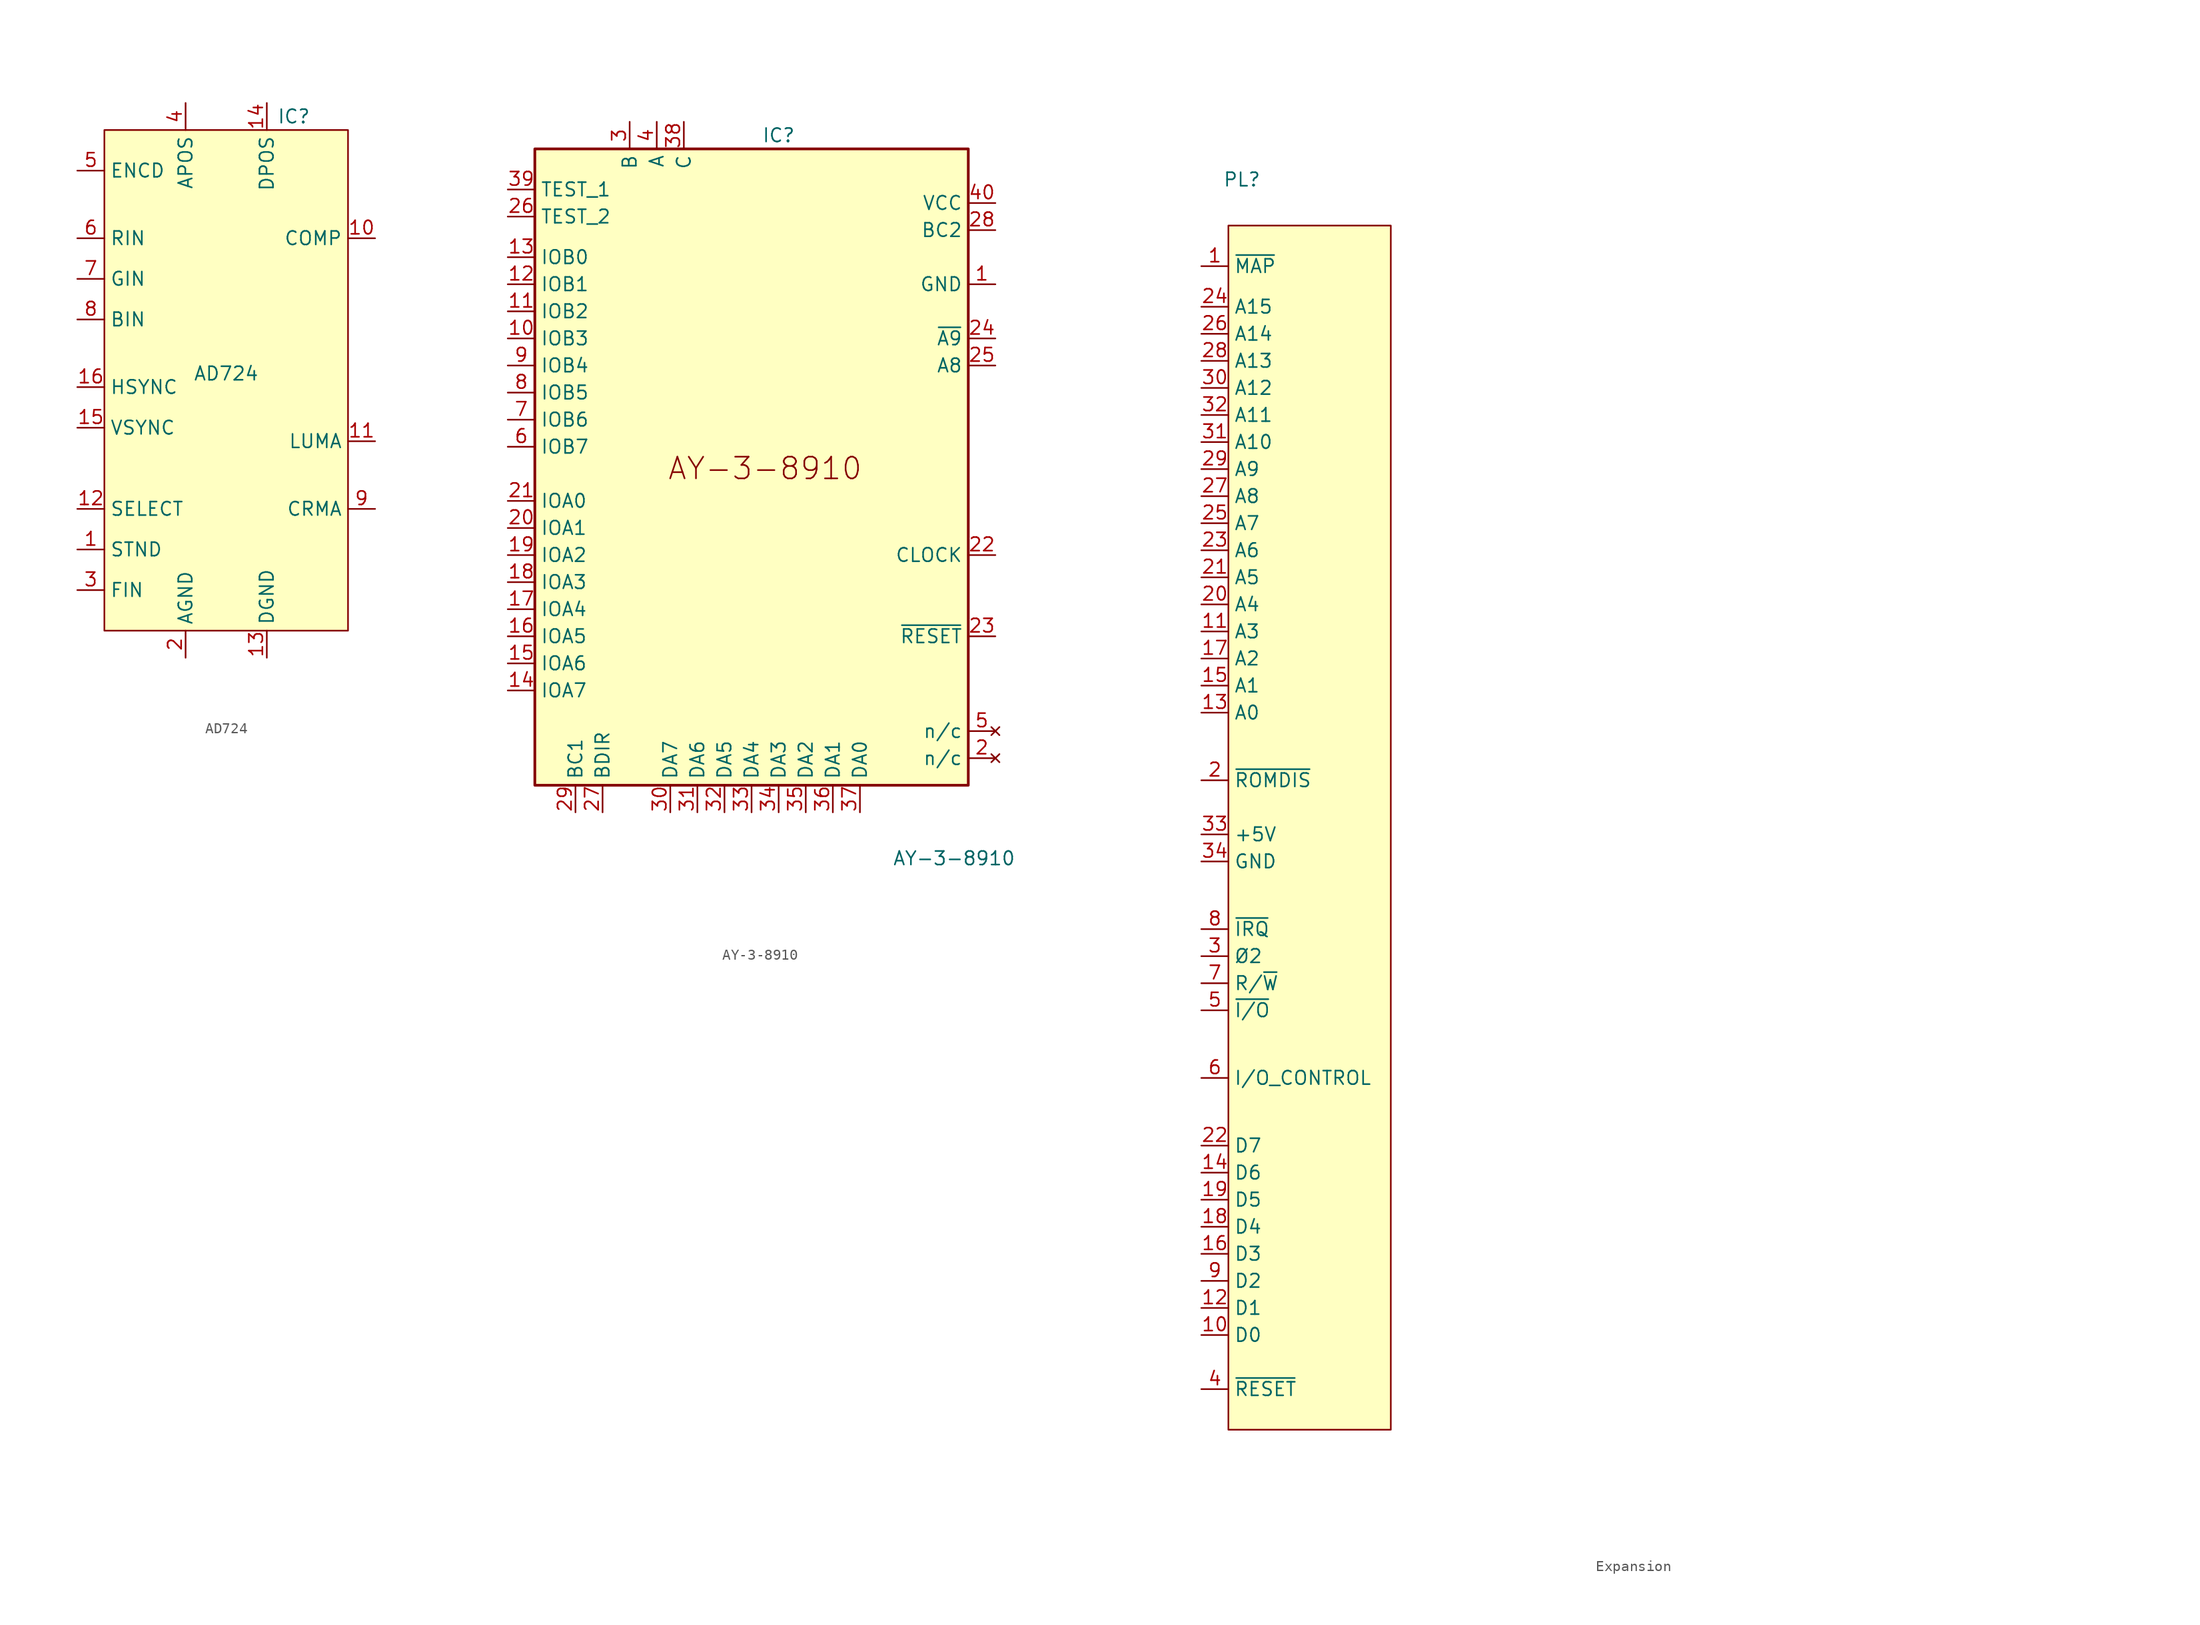
<source format=kicad_sym>
(kicad_symbol_lib
  (version 20231120)
  (generator "kicad_symbol_editor")
  (generator_version "8.0")
  (symbol "AD724"
    (property "Reference" "IC"
      (at 6.35 24.13 0)
      (effects (font (size 1.27 1.27))))
    (property "Value" "AD724"
      (at 0 0 0)
      (effects (font (size 1.27 1.27))))
    (symbol "AD724_0_0"
      (pin input line (at -13.97 -16.51 0) (length 2.54) (name "STND" (effects (font (size 1.27 1.27)))) (number "1" (effects (font (size 1.27 1.27)))))
      (pin output line (at 13.97 12.7 180) (length 2.54) (name "COMP" (effects (font (size 1.27 1.27)))) (number "10" (effects (font (size 1.27 1.27)))))
      (pin output line (at 13.97 -6.35 180) (length 2.54) (name "LUMA" (effects (font (size 1.27 1.27)))) (number "11" (effects (font (size 1.27 1.27)))))
      (pin input line (at -13.97 -12.7 0) (length 2.54) (name "SELECT" (effects (font (size 1.27 1.27)))) (number "12" (effects (font (size 1.27 1.27)))))
      (pin input line (at 3.81 -26.67 90) (length 2.54) (name "DGND" (effects (font (size 1.27 1.27)))) (number "13" (effects (font (size 1.27 1.27)))))
      (pin input line (at 3.81 25.4 270) (length 2.54) (name "DPOS" (effects (font (size 1.27 1.27)))) (number "14" (effects (font (size 1.27 1.27)))))
      (pin input line (at -13.97 -5.08 0) (length 2.54) (name "VSYNC" (effects (font (size 1.27 1.27)))) (number "15" (effects (font (size 1.27 1.27)))))
      (pin input line (at -13.97 -1.27 0) (length 2.54) (name "HSYNC" (effects (font (size 1.27 1.27)))) (number "16" (effects (font (size 1.27 1.27)))))
      (pin power_in line (at -3.81 -26.67 90) (length 2.54) (name "AGND" (effects (font (size 1.27 1.27)))) (number "2" (effects (font (size 1.27 1.27)))))
      (pin passive line (at -13.97 -20.32 0) (length 2.54) (name "FIN" (effects (font (size 1.27 1.27)))) (number "3" (effects (font (size 1.27 1.27)))))
      (pin power_in line (at -3.81 25.4 270) (length 2.54) (name "APOS" (effects (font (size 1.27 1.27)))) (number "4" (effects (font (size 1.27 1.27)))))
      (pin input line (at -13.97 19.05 0) (length 2.54) (name "ENCD" (effects (font (size 1.27 1.27)))) (number "5" (effects (font (size 1.27 1.27)))))
      (pin input line (at -13.97 12.7 0) (length 2.54) (name "RIN" (effects (font (size 1.27 1.27)))) (number "6" (effects (font (size 1.27 1.27)))))
      (pin input line (at -13.97 8.89 0) (length 2.54) (name "GIN" (effects (font (size 1.27 1.27)))) (number "7" (effects (font (size 1.27 1.27)))))
      (pin input line (at -13.97 5.08 0) (length 2.54) (name "BIN" (effects (font (size 1.27 1.27)))) (number "8" (effects (font (size 1.27 1.27)))))
      (pin output line (at 13.97 -12.7 180) (length 2.54) (name "CRMA" (effects (font (size 1.27 1.27)))) (number "9" (effects (font (size 1.27 1.27))))))
    (symbol "AD724_1_1"
      (rectangle (start -11.43 22.86) (end 11.43 -24.13) (stroke (width 0) (type default)) (fill (type background)))))
  (symbol "AY-3-8910"
    (property "Reference" "IC"
      (at -8.89 31.75 0)
      (effects (font (size 1.27 1.27))))
    (property "Value" "AY-3-8910"
      (at 1.778 -36.068 0)
      (effects (font (size 1.27 1.27)) (justify left)))
    (symbol "AY-3-8910_1_1"
      (rectangle (start -31.75 30.48) (end 8.89 -29.21) (stroke (width 0.254) (type default)) (fill (type background)))
      (text "AY-3-8910\n" (at -10.16 0.508 0) (effects (font (size 2.032 2.032))))
      (pin power_in line (at 11.43 17.78 180) (length 2.54) (name "GND" (effects (font (size 1.27 1.27)))) (number "1" (effects (font (size 1.27 1.27)))))
      (pin input line (at -34.29 12.7 0) (length 2.54) (name "IOB3" (effects (font (size 1.27 1.27)))) (number "10" (effects (font (size 1.27 1.27)))))
      (pin input line (at -34.29 15.24 0) (length 2.54) (name "IOB2" (effects (font (size 1.27 1.27)))) (number "11" (effects (font (size 1.27 1.27)))))
      (pin input line (at -34.29 17.78 0) (length 2.54) (name "IOB1" (effects (font (size 1.27 1.27)))) (number "12" (effects (font (size 1.27 1.27)))))
      (pin input line (at -34.29 20.32 0) (length 2.54) (name "IOB0" (effects (font (size 1.27 1.27)))) (number "13" (effects (font (size 1.27 1.27)))))
      (pin input line (at -34.29 -20.32 0) (length 2.54) (name "IOA7" (effects (font (size 1.27 1.27)))) (number "14" (effects (font (size 1.27 1.27)))))
      (pin input line (at -34.29 -17.78 0) (length 2.54) (name "IOA6" (effects (font (size 1.27 1.27)))) (number "15" (effects (font (size 1.27 1.27)))))
      (pin input line (at -34.29 -15.24 0) (length 2.54) (name "IOA5" (effects (font (size 1.27 1.27)))) (number "16" (effects (font (size 1.27 1.27)))))
      (pin input line (at -34.29 -12.7 0) (length 2.54) (name "IOA4" (effects (font (size 1.27 1.27)))) (number "17" (effects (font (size 1.27 1.27)))))
      (pin input line (at -34.29 -10.16 0) (length 2.54) (name "IOA3" (effects (font (size 1.27 1.27)))) (number "18" (effects (font (size 1.27 1.27)))))
      (pin input line (at -34.29 -7.62 0) (length 2.54) (name "IOA2" (effects (font (size 1.27 1.27)))) (number "19" (effects (font (size 1.27 1.27)))))
      (pin no_connect line (at 11.43 -26.67 180) (length 2.54) (name "n/c" (effects (font (size 1.27 1.27)))) (number "2" (effects (font (size 1.27 1.27)))))
      (pin input line (at -34.29 -5.08 0) (length 2.54) (name "IOA1" (effects (font (size 1.27 1.27)))) (number "20" (effects (font (size 1.27 1.27)))))
      (pin input line (at -34.29 -2.54 0) (length 2.54) (name "IOA0" (effects (font (size 1.27 1.27)))) (number "21" (effects (font (size 1.27 1.27)))))
      (pin input line (at 11.43 -7.62 180) (length 2.54) (name "CLOCK" (effects (font (size 1.27 1.27)))) (number "22" (effects (font (size 1.27 1.27)))))
      (pin input line (at 11.43 -15.24 180) (length 2.54) (name "~{RESET}" (effects (font (size 1.27 1.27)))) (number "23" (effects (font (size 1.27 1.27)))))
      (pin input line (at 11.43 12.7 180) (length 2.54) (name "~{A9}" (effects (font (size 1.27 1.27)))) (number "24" (effects (font (size 1.27 1.27)))))
      (pin input line (at 11.43 10.16 180) (length 2.54) (name "A8" (effects (font (size 1.27 1.27)))) (number "25" (effects (font (size 1.27 1.27)))))
      (pin passive line (at -34.29 24.13 0) (length 2.54) (name "TEST_2" (effects (font (size 1.27 1.27)))) (number "26" (effects (font (size 1.27 1.27)))))
      (pin input line (at -25.4 -31.75 90) (length 2.54) (name "BDIR" (effects (font (size 1.27 1.27)))) (number "27" (effects (font (size 1.27 1.27)))))
      (pin input line (at 11.43 22.86 180) (length 2.54) (name "BC2" (effects (font (size 1.27 1.27)))) (number "28" (effects (font (size 1.27 1.27)))))
      (pin input line (at -27.94 -31.75 90) (length 2.54) (name "BC1" (effects (font (size 1.27 1.27)))) (number "29" (effects (font (size 1.27 1.27)))))
      (pin output line (at -22.86 33.02 270) (length 2.54) (name "B" (effects (font (size 1.27 1.27)))) (number "3" (effects (font (size 1.27 1.27)))))
      (pin tri_state line (at -19.05 -31.75 90) (length 2.54) (name "DA7" (effects (font (size 1.27 1.27)))) (number "30" (effects (font (size 1.27 1.27)))))
      (pin tri_state line (at -16.51 -31.75 90) (length 2.54) (name "DA6" (effects (font (size 1.27 1.27)))) (number "31" (effects (font (size 1.27 1.27)))))
      (pin tri_state line (at -13.97 -31.75 90) (length 2.54) (name "DA5" (effects (font (size 1.27 1.27)))) (number "32" (effects (font (size 1.27 1.27)))))
      (pin tri_state line (at -11.43 -31.75 90) (length 2.54) (name "DA4" (effects (font (size 1.27 1.27)))) (number "33" (effects (font (size 1.27 1.27)))))
      (pin tri_state line (at -8.89 -31.75 90) (length 2.54) (name "DA3" (effects (font (size 1.27 1.27)))) (number "34" (effects (font (size 1.27 1.27)))))
      (pin tri_state line (at -6.35 -31.75 90) (length 2.54) (name "DA2" (effects (font (size 1.27 1.27)))) (number "35" (effects (font (size 1.27 1.27)))))
      (pin tri_state line (at -3.81 -31.75 90) (length 2.54) (name "DA1" (effects (font (size 1.27 1.27)))) (number "36" (effects (font (size 1.27 1.27)))))
      (pin tri_state line (at -1.27 -31.75 90) (length 2.54) (name "DA0" (effects (font (size 1.27 1.27)))) (number "37" (effects (font (size 1.27 1.27)))))
      (pin output line (at -17.78 33.02 270) (length 2.54) (name "C" (effects (font (size 1.27 1.27)))) (number "38" (effects (font (size 1.27 1.27)))))
      (pin passive line (at -34.29 26.67 0) (length 2.54) (name "TEST_1" (effects (font (size 1.27 1.27)))) (number "39" (effects (font (size 1.27 1.27)))))
      (pin output line (at -20.32 33.02 270) (length 2.54) (name "A" (effects (font (size 1.27 1.27)))) (number "4" (effects (font (size 1.27 1.27)))))
      (pin power_in line (at 11.43 25.4 180) (length 2.54) (name "VCC" (effects (font (size 1.27 1.27)))) (number "40" (effects (font (size 1.27 1.27)))))
      (pin no_connect line (at 11.43 -24.13 180) (length 2.54) (name "n/c" (effects (font (size 1.27 1.27)))) (number "5" (effects (font (size 1.27 1.27)))))
      (pin input line (at -34.29 2.54 0) (length 2.54) (name "IOB7" (effects (font (size 1.27 1.27)))) (number "6" (effects (font (size 1.27 1.27)))))
      (pin input line (at -34.29 5.08 0) (length 2.54) (name "IOB6" (effects (font (size 1.27 1.27)))) (number "7" (effects (font (size 1.27 1.27)))))
      (pin input line (at -34.29 7.62 0) (length 2.54) (name "IOB5" (effects (font (size 1.27 1.27)))) (number "8" (effects (font (size 1.27 1.27)))))
      (pin input line (at -34.29 10.16 0) (length 2.54) (name "IOB4" (effects (font (size 1.27 1.27)))) (number "9" (effects (font (size 1.27 1.27)))))))
  (symbol "Expansion"
    (property "Reference" "PL"
      (at -2.54 55.118 0)
      (effects (font (size 1.27 1.27))))
    (property "Value" ""
      (at 74.93 10.16 0)
      (effects (font (size 1.27 1.27))))
    (symbol "Expansion_0_0"
      (pin passive line (at -6.35 46.99 0) (length 2.54) (name "~{MAP}" (effects (font (size 1.27 1.27)))) (number "1" (effects (font (size 1.27 1.27)))))
      (pin bidirectional line (at -6.35 -53.34 0) (length 2.54) (name "D0" (effects (font (size 1.27 1.27)))) (number "10" (effects (font (size 1.27 1.27)))))
      (pin bidirectional line (at -6.35 -50.8 0) (length 2.54) (name "D1" (effects (font (size 1.27 1.27)))) (number "12" (effects (font (size 1.27 1.27)))))
      (pin bidirectional line (at -6.35 -38.1 0) (length 2.54) (name "D6" (effects (font (size 1.27 1.27)))) (number "14" (effects (font (size 1.27 1.27)))))
      (pin bidirectional line (at -6.35 -45.72 0) (length 2.54) (name "D3" (effects (font (size 1.27 1.27)))) (number "16" (effects (font (size 1.27 1.27)))))
      (pin bidirectional line (at -6.35 -43.18 0) (length 2.54) (name "D4" (effects (font (size 1.27 1.27)))) (number "18" (effects (font (size 1.27 1.27)))))
      (pin bidirectional line (at -6.35 -40.64 0) (length 2.54) (name "D5" (effects (font (size 1.27 1.27)))) (number "19" (effects (font (size 1.27 1.27)))))
      (pin input line (at -6.35 -1.27 0) (length 2.54) (name "~{ROMDIS}" (effects (font (size 1.27 1.27)))) (number "2" (effects (font (size 1.27 1.27)))))
      (pin bidirectional line (at -6.35 -35.56 0) (length 2.54) (name "D7" (effects (font (size 1.27 1.27)))) (number "22" (effects (font (size 1.27 1.27)))))
      (pin bidirectional line (at -6.35 -58.42 0) (length 2.54) (name "~{RESET}" (effects (font (size 1.27 1.27)))) (number "4" (effects (font (size 1.27 1.27)))))
      (pin passive line (at -6.35 -22.86 0) (length 2.54) (name "~{I/O}" (effects (font (size 1.27 1.27)))) (number "5" (effects (font (size 1.27 1.27)))))
      (pin passive line (at -6.35 -29.21 0) (length 2.54) (name "I/O_CONTROL" (effects (font (size 1.27 1.27)))) (number "6" (effects (font (size 1.27 1.27)))))
      (pin bidirectional line (at -6.35 -15.24 0) (length 2.54) (name "~{IRQ}" (effects (font (size 1.27 1.27)))) (number "8" (effects (font (size 1.27 1.27)))))
      (pin bidirectional line (at -6.35 -48.26 0) (length 2.54) (name "D2" (effects (font (size 1.27 1.27)))) (number "9" (effects (font (size 1.27 1.27))))))
    (symbol "Expansion_1_0"
      (pin passive line (at -6.35 12.7 0) (length 2.54) (name "A3" (effects (font (size 1.27 1.27)))) (number "11" (effects (font (size 1.27 1.27)))))
      (pin passive line (at -6.35 5.08 0) (length 2.54) (name "A0" (effects (font (size 1.27 1.27)))) (number "13" (effects (font (size 1.27 1.27)))))
      (pin passive line (at -6.35 7.62 0) (length 2.54) (name "A1" (effects (font (size 1.27 1.27)))) (number "15" (effects (font (size 1.27 1.27)))))
      (pin passive line (at -6.35 10.16 0) (length 2.54) (name "A2" (effects (font (size 1.27 1.27)))) (number "17" (effects (font (size 1.27 1.27)))))
      (pin passive line (at -6.35 15.24 0) (length 2.54) (name "A4" (effects (font (size 1.27 1.27)))) (number "20" (effects (font (size 1.27 1.27)))))
      (pin passive line (at -6.35 17.78 0) (length 2.54) (name "A5" (effects (font (size 1.27 1.27)))) (number "21" (effects (font (size 1.27 1.27)))))
      (pin passive line (at -6.35 20.32 0) (length 2.54) (name "A6" (effects (font (size 1.27 1.27)))) (number "23" (effects (font (size 1.27 1.27)))))
      (pin passive line (at -6.35 43.18 0) (length 2.54) (name "A15" (effects (font (size 1.27 1.27)))) (number "24" (effects (font (size 1.27 1.27)))))
      (pin passive line (at -6.35 22.86 0) (length 2.54) (name "A7" (effects (font (size 1.27 1.27)))) (number "25" (effects (font (size 1.27 1.27)))))
      (pin passive line (at -6.35 40.64 0) (length 2.54) (name "A14" (effects (font (size 1.27 1.27)))) (number "26" (effects (font (size 1.27 1.27)))))
      (pin passive line (at -6.35 25.4 0) (length 2.54) (name "A8" (effects (font (size 1.27 1.27)))) (number "27" (effects (font (size 1.27 1.27)))))
      (pin passive line (at -6.35 38.1 0) (length 2.54) (name "A13" (effects (font (size 1.27 1.27)))) (number "28" (effects (font (size 1.27 1.27)))))
      (pin passive line (at -6.35 27.94 0) (length 2.54) (name "A9" (effects (font (size 1.27 1.27)))) (number "29" (effects (font (size 1.27 1.27)))))
      (pin passive line (at -6.35 -17.78 0) (length 2.54) (name "Ø2" (effects (font (size 1.27 1.27)))) (number "3" (effects (font (size 1.27 1.27)))))
      (pin passive line (at -6.35 35.56 0) (length 2.54) (name "A12" (effects (font (size 1.27 1.27)))) (number "30" (effects (font (size 1.27 1.27)))))
      (pin passive line (at -6.35 30.48 0) (length 2.54) (name "A10" (effects (font (size 1.27 1.27)))) (number "31" (effects (font (size 1.27 1.27)))))
      (pin passive line (at -6.35 33.02 0) (length 2.54) (name "A11" (effects (font (size 1.27 1.27)))) (number "32" (effects (font (size 1.27 1.27)))))
      (pin power_in line (at -6.35 -6.35 0) (length 2.54) (name "+5V" (effects (font (size 1.27 1.27)))) (number "33" (effects (font (size 1.27 1.27)))))
      (pin power_in line (at -6.35 -8.89 0) (length 2.54) (name "GND" (effects (font (size 1.27 1.27)))) (number "34" (effects (font (size 1.27 1.27)))))
      (pin passive line (at -6.35 -20.32 0) (length 2.54) (name "R/~{W}" (effects (font (size 1.27 1.27)))) (number "7" (effects (font (size 1.27 1.27))))))
    (symbol "Expansion_1_1"
      (rectangle (start -3.81 50.8) (end 11.43 -62.23) (stroke (width 0) (type default)) (fill (type background))))))
</source>
